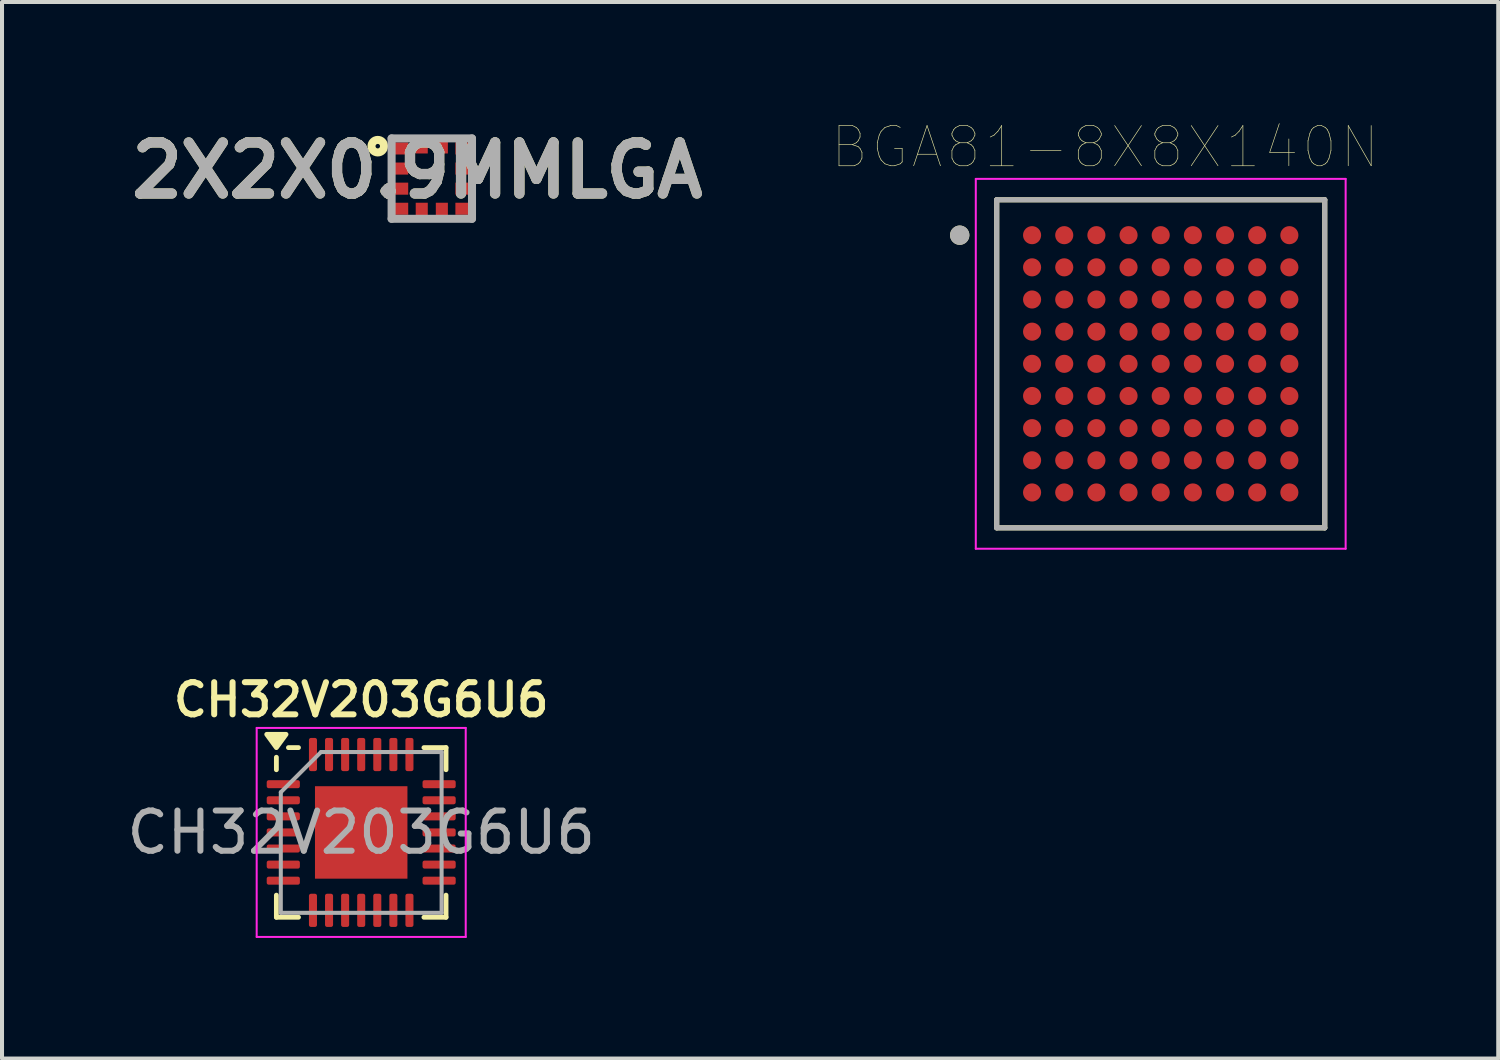
<source format=kicad_pcb>
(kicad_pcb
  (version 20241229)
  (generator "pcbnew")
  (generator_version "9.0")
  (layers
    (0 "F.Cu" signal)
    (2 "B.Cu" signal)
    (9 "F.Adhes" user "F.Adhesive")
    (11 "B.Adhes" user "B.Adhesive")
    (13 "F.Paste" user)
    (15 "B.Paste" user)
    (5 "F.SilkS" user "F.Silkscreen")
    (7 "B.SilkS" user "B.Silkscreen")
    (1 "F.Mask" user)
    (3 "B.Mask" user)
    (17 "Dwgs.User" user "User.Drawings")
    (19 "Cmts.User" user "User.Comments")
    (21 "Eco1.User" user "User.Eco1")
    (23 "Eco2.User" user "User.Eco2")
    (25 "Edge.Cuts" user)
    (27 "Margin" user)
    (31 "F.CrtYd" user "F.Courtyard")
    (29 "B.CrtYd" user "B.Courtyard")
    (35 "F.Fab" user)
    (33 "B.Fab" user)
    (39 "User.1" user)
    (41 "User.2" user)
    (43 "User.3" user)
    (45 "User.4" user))
  (footprint "2X2X0.9MMLGA"
    (layer "F.Cu")
    (at 7.691 1.393)
    (property "Reference" "2X2X0.9MMLGA" (at -0.361 -0.204 0) (layer "F.SilkS") (effects (font (size 1.27 1.27) (thickness 0.254))))
    (attr smd)
    (fp_circle (center -1.344 -0.807) (end -1.344 -0.751) (stroke (width 0.2) (type solid)) (fill no) (layer "F.SilkS"))
    (fp_line (start -1 -1) (end 1 -1) (stroke (width 0.2) (type solid)) (layer "F.Fab"))
    (fp_line (start -1 1) (end -1 -1) (stroke (width 0.2) (type solid)) (layer "F.Fab"))
    (fp_line (start 1 -1) (end 1 1) (stroke (width 0.2) (type solid)) (layer "F.Fab"))
    (fp_line (start 1 1) (end -1 1) (stroke (width 0.2) (type solid)) (layer "F.Fab"))
    (fp_text user "${REFERENCE}" (at -0.361 -0.204 0) (layer "F.Fab") (effects (font (size 1.27 1.27) (thickness 0.254))))
    (pad "1" smd rect (at -0.762 -0.75 90) (size 0.3 0.35) (layers "F.Cu" "F.Mask" "F.Paste"))
    (pad "2" smd rect (at -0.762 -0.25 90) (size 0.3 0.35) (layers "F.Cu" "F.Mask" "F.Paste"))
    (pad "3" smd rect (at -0.762 0.25 90) (size 0.3 0.35) (layers "F.Cu" "F.Mask" "F.Paste"))
    (pad "4" smd rect (at -0.762 0.75 90) (size 0.3 0.35) (layers "F.Cu" "F.Mask" "F.Paste"))
    (pad "5" smd rect (at -0.25 0.775) (size 0.3 0.35) (layers "F.Cu" "F.Mask" "F.Paste"))
    (pad "6" smd rect (at 0.25 0.775) (size 0.3 0.35) (layers "F.Cu" "F.Mask" "F.Paste"))
    (pad "7" smd rect (at 0.762 0.75 90) (size 0.3 0.35) (layers "F.Cu" "F.Mask" "F.Paste"))
    (pad "8" smd rect (at 0.762 0.25 90) (size 0.3 0.35) (layers "F.Cu" "F.Mask" "F.Paste"))
    (pad "9" smd rect (at 0.762 -0.25 90) (size 0.3 0.35) (layers "F.Cu" "F.Mask" "F.Paste"))
    (pad "10" smd rect (at 0.762 -0.75 90) (size 0.3 0.35) (layers "F.Cu" "F.Mask" "F.Paste"))
    (pad "11" smd rect (at 0.25 -0.8) (size 0.3 0.35) (layers "F.Cu" "F.Mask" "F.Paste"))
    (pad "12" smd rect (at -0.25 -0.8) (size 0.3 0.35) (layers "F.Cu" "F.Mask" "F.Paste")))
  (footprint "BGA81-8X8X140N"
    (layer "F.Cu")
    (at 25.823 6)
    (property "Reference" "BGA81-8X8X140N" (at -1.384 -5.389 0) (layer "F.SilkS") (effects (font (size 1 1) (thickness 0.015))))
    (attr through_hole)
    (fp_line (start -4.08 -4.08) (end -4.08 4.08) (stroke (width 0.127) (type solid)) (layer "F.SilkS"))
    (fp_line (start -4.08 4.08) (end 4.08 4.08) (stroke (width 0.127) (type solid)) (layer "F.SilkS"))
    (fp_line (start 4.08 -4.08) (end -4.08 -4.08) (stroke (width 0.127) (type solid)) (layer "F.SilkS"))
    (fp_line (start 4.08 4.08) (end 4.08 -4.08) (stroke (width 0.127) (type solid)) (layer "F.SilkS"))
    (fp_circle (center -5 -3.2) (end -4.88 -3.2) (stroke (width 0.24) (type solid)) (fill no) (layer "F.SilkS"))
    (fp_line (start -4.6 -4.6) (end 4.6 -4.6) (stroke (width 0.05) (type solid)) (layer "F.CrtYd"))
    (fp_line (start -4.6 4.6) (end -4.6 -4.6) (stroke (width 0.05) (type solid)) (layer "F.CrtYd"))
    (fp_line (start 4.6 -4.6) (end 4.6 4.6) (stroke (width 0.05) (type solid)) (layer "F.CrtYd"))
    (fp_line (start 4.6 4.6) (end -4.6 4.6) (stroke (width 0.05) (type solid)) (layer "F.CrtYd"))
    (fp_line (start -4.08 -4.08) (end -4.08 4.08) (stroke (width 0.127) (type solid)) (layer "F.Fab"))
    (fp_line (start -4.08 4.08) (end 4.08 4.08) (stroke (width 0.127) (type solid)) (layer "F.Fab"))
    (fp_line (start 4.08 -4.08) (end -4.08 -4.08) (stroke (width 0.127) (type solid)) (layer "F.Fab"))
    (fp_line (start 4.08 4.08) (end 4.08 -4.08) (stroke (width 0.127) (type solid)) (layer "F.Fab"))
    (fp_circle (center -5 -3.2) (end -4.88 -3.2) (stroke (width 0.24) (type solid)) (fill no) (layer "F.Fab"))
    (pad "A1" smd circle (at -3.2 -3.2) (size 0.45 0.45) (layers "F.Cu" "F.Mask" "F.Paste"))
    (pad "A2" smd circle (at -2.4 -3.2) (size 0.45 0.45) (layers "F.Cu" "F.Mask" "F.Paste"))
    (pad "A3" smd circle (at -1.6 -3.2) (size 0.45 0.45) (layers "F.Cu" "F.Mask" "F.Paste"))
    (pad "A4" smd circle (at -0.8 -3.2) (size 0.45 0.45) (layers "F.Cu" "F.Mask" "F.Paste"))
    (pad "A5" smd circle (at 0 -3.2) (size 0.45 0.45) (layers "F.Cu" "F.Mask" "F.Paste"))
    (pad "A6" smd circle (at 0.8 -3.2) (size 0.45 0.45) (layers "F.Cu" "F.Mask" "F.Paste"))
    (pad "A7" smd circle (at 1.6 -3.2) (size 0.45 0.45) (layers "F.Cu" "F.Mask" "F.Paste"))
    (pad "A8" smd circle (at 2.4 -3.2) (size 0.45 0.45) (layers "F.Cu" "F.Mask" "F.Paste"))
    (pad "A9" smd circle (at 3.2 -3.2) (size 0.45 0.45) (layers "F.Cu" "F.Mask" "F.Paste"))
    (pad "B1" smd circle (at -3.2 -2.4) (size 0.45 0.45) (layers "F.Cu" "F.Mask" "F.Paste"))
    (pad "B2" smd circle (at -2.4 -2.4) (size 0.45 0.45) (layers "F.Cu" "F.Mask" "F.Paste"))
    (pad "B3" smd circle (at -1.6 -2.4) (size 0.45 0.45) (layers "F.Cu" "F.Mask" "F.Paste"))
    (pad "B4" smd circle (at -0.8 -2.4) (size 0.45 0.45) (layers "F.Cu" "F.Mask" "F.Paste"))
    (pad "B5" smd circle (at 0 -2.4) (size 0.45 0.45) (layers "F.Cu" "F.Mask" "F.Paste"))
    (pad "B6" smd circle (at 0.8 -2.4) (size 0.45 0.45) (layers "F.Cu" "F.Mask" "F.Paste"))
    (pad "B7" smd circle (at 1.6 -2.4) (size 0.45 0.45) (layers "F.Cu" "F.Mask" "F.Paste"))
    (pad "B8" smd circle (at 2.4 -2.4) (size 0.45 0.45) (layers "F.Cu" "F.Mask" "F.Paste"))
    (pad "B9" smd circle (at 3.2 -2.4) (size 0.45 0.45) (layers "F.Cu" "F.Mask" "F.Paste"))
    (pad "C1" smd circle (at -3.2 -1.6) (size 0.45 0.45) (layers "F.Cu" "F.Mask" "F.Paste"))
    (pad "C2" smd circle (at -2.4 -1.6) (size 0.45 0.45) (layers "F.Cu" "F.Mask" "F.Paste"))
    (pad "C3" smd circle (at -1.6 -1.6) (size 0.45 0.45) (layers "F.Cu" "F.Mask" "F.Paste"))
    (pad "C4" smd circle (at -0.8 -1.6) (size 0.45 0.45) (layers "F.Cu" "F.Mask" "F.Paste"))
    (pad "C5" smd circle (at 0 -1.6) (size 0.45 0.45) (layers "F.Cu" "F.Mask" "F.Paste"))
    (pad "C6" smd circle (at 0.8 -1.6) (size 0.45 0.45) (layers "F.Cu" "F.Mask" "F.Paste"))
    (pad "C7" smd circle (at 1.6 -1.6) (size 0.45 0.45) (layers "F.Cu" "F.Mask" "F.Paste"))
    (pad "C8" smd circle (at 2.4 -1.6) (size 0.45 0.45) (layers "F.Cu" "F.Mask" "F.Paste"))
    (pad "C9" smd circle (at 3.2 -1.6) (size 0.45 0.45) (layers "F.Cu" "F.Mask" "F.Paste"))
    (pad "D1" smd circle (at -3.2 -0.8) (size 0.45 0.45) (layers "F.Cu" "F.Mask" "F.Paste"))
    (pad "D2" smd circle (at -2.4 -0.8) (size 0.45 0.45) (layers "F.Cu" "F.Mask" "F.Paste"))
    (pad "D3" smd circle (at -1.6 -0.8) (size 0.45 0.45) (layers "F.Cu" "F.Mask" "F.Paste"))
    (pad "D4" smd circle (at -0.8 -0.8) (size 0.45 0.45) (layers "F.Cu" "F.Mask" "F.Paste"))
    (pad "D5" smd circle (at 0 -0.8) (size 0.45 0.45) (layers "F.Cu" "F.Mask" "F.Paste"))
    (pad "D6" smd circle (at 0.8 -0.8) (size 0.45 0.45) (layers "F.Cu" "F.Mask" "F.Paste"))
    (pad "D7" smd circle (at 1.6 -0.8) (size 0.45 0.45) (layers "F.Cu" "F.Mask" "F.Paste"))
    (pad "D8" smd circle (at 2.4 -0.8) (size 0.45 0.45) (layers "F.Cu" "F.Mask" "F.Paste"))
    (pad "D9" smd circle (at 3.2 -0.8) (size 0.45 0.45) (layers "F.Cu" "F.Mask" "F.Paste"))
    (pad "E1" smd circle (at -3.2 0) (size 0.45 0.45) (layers "F.Cu" "F.Mask" "F.Paste"))
    (pad "E2" smd circle (at -2.4 0) (size 0.45 0.45) (layers "F.Cu" "F.Mask" "F.Paste"))
    (pad "E3" smd circle (at -1.6 0) (size 0.45 0.45) (layers "F.Cu" "F.Mask" "F.Paste"))
    (pad "E4" smd circle (at -0.8 0) (size 0.45 0.45) (layers "F.Cu" "F.Mask" "F.Paste"))
    (pad "E5" smd circle (at 0 0) (size 0.45 0.45) (layers "F.Cu" "F.Mask" "F.Paste"))
    (pad "E6" smd circle (at 0.8 0) (size 0.45 0.45) (layers "F.Cu" "F.Mask" "F.Paste"))
    (pad "E7" smd circle (at 1.6 0) (size 0.45 0.45) (layers "F.Cu" "F.Mask" "F.Paste"))
    (pad "E8" smd circle (at 2.4 0) (size 0.45 0.45) (layers "F.Cu" "F.Mask" "F.Paste"))
    (pad "E9" smd circle (at 3.2 0) (size 0.45 0.45) (layers "F.Cu" "F.Mask" "F.Paste"))
    (pad "F1" smd circle (at -3.2 0.8) (size 0.45 0.45) (layers "F.Cu" "F.Mask" "F.Paste"))
    (pad "F2" smd circle (at -2.4 0.8) (size 0.45 0.45) (layers "F.Cu" "F.Mask" "F.Paste"))
    (pad "F3" smd circle (at -1.6 0.8) (size 0.45 0.45) (layers "F.Cu" "F.Mask" "F.Paste"))
    (pad "F4" smd circle (at -0.8 0.8) (size 0.45 0.45) (layers "F.Cu" "F.Mask" "F.Paste"))
    (pad "F5" smd circle (at 0 0.8) (size 0.45 0.45) (layers "F.Cu" "F.Mask" "F.Paste"))
    (pad "F6" smd circle (at 0.8 0.8) (size 0.45 0.45) (layers "F.Cu" "F.Mask" "F.Paste"))
    (pad "F7" smd circle (at 1.6 0.8) (size 0.45 0.45) (layers "F.Cu" "F.Mask" "F.Paste"))
    (pad "F8" smd circle (at 2.4 0.8) (size 0.45 0.45) (layers "F.Cu" "F.Mask" "F.Paste"))
    (pad "F9" smd circle (at 3.2 0.8) (size 0.45 0.45) (layers "F.Cu" "F.Mask" "F.Paste"))
    (pad "G1" smd circle (at -3.2 1.6) (size 0.45 0.45) (layers "F.Cu" "F.Mask" "F.Paste"))
    (pad "G2" smd circle (at -2.4 1.6) (size 0.45 0.45) (layers "F.Cu" "F.Mask" "F.Paste"))
    (pad "G3" smd circle (at -1.6 1.6) (size 0.45 0.45) (layers "F.Cu" "F.Mask" "F.Paste"))
    (pad "G4" smd circle (at -0.8 1.6) (size 0.45 0.45) (layers "F.Cu" "F.Mask" "F.Paste"))
    (pad "G5" smd circle (at 0 1.6) (size 0.45 0.45) (layers "F.Cu" "F.Mask" "F.Paste"))
    (pad "G6" smd circle (at 0.8 1.6) (size 0.45 0.45) (layers "F.Cu" "F.Mask" "F.Paste"))
    (pad "G7" smd circle (at 1.6 1.6) (size 0.45 0.45) (layers "F.Cu" "F.Mask" "F.Paste"))
    (pad "G8" smd circle (at 2.4 1.6) (size 0.45 0.45) (layers "F.Cu" "F.Mask" "F.Paste"))
    (pad "G9" smd circle (at 3.2 1.6) (size 0.45 0.45) (layers "F.Cu" "F.Mask" "F.Paste"))
    (pad "H1" smd circle (at -3.2 2.4) (size 0.45 0.45) (layers "F.Cu" "F.Mask" "F.Paste"))
    (pad "H2" smd circle (at -2.4 2.4) (size 0.45 0.45) (layers "F.Cu" "F.Mask" "F.Paste"))
    (pad "H3" smd circle (at -1.6 2.4) (size 0.45 0.45) (layers "F.Cu" "F.Mask" "F.Paste"))
    (pad "H4" smd circle (at -0.8 2.4) (size 0.45 0.45) (layers "F.Cu" "F.Mask" "F.Paste"))
    (pad "H5" smd circle (at 0 2.4) (size 0.45 0.45) (layers "F.Cu" "F.Mask" "F.Paste"))
    (pad "H6" smd circle (at 0.8 2.4) (size 0.45 0.45) (layers "F.Cu" "F.Mask" "F.Paste"))
    (pad "H7" smd circle (at 1.6 2.4) (size 0.45 0.45) (layers "F.Cu" "F.Mask" "F.Paste"))
    (pad "H8" smd circle (at 2.4 2.4) (size 0.45 0.45) (layers "F.Cu" "F.Mask" "F.Paste"))
    (pad "H9" smd circle (at 3.2 2.4) (size 0.45 0.45) (layers "F.Cu" "F.Mask" "F.Paste"))
    (pad "J1" smd circle (at -3.2 3.2) (size 0.45 0.45) (layers "F.Cu" "F.Mask" "F.Paste"))
    (pad "J2" smd circle (at -2.4 3.2) (size 0.45 0.45) (layers "F.Cu" "F.Mask" "F.Paste"))
    (pad "J3" smd circle (at -1.6 3.2) (size 0.45 0.45) (layers "F.Cu" "F.Mask" "F.Paste"))
    (pad "J4" smd circle (at -0.8 3.2) (size 0.45 0.45) (layers "F.Cu" "F.Mask" "F.Paste"))
    (pad "J5" smd circle (at 0 3.2) (size 0.45 0.45) (layers "F.Cu" "F.Mask" "F.Paste"))
    (pad "J6" smd circle (at 0.8 3.2) (size 0.45 0.45) (layers "F.Cu" "F.Mask" "F.Paste"))
    (pad "J7" smd circle (at 1.6 3.2) (size 0.45 0.45) (layers "F.Cu" "F.Mask" "F.Paste"))
    (pad "J8" smd circle (at 2.4 3.2) (size 0.45 0.45) (layers "F.Cu" "F.Mask" "F.Paste"))
    (pad "J9" smd circle (at 3.2 3.2) (size 0.45 0.45) (layers "F.Cu" "F.Mask" "F.Paste")))
  (footprint "CH32V203G6U6"
    (layer "F.Cu")
    (at 5.935 17.657)
    (property "Reference" "CH32V203G6U6" (at 0 -3.3 0) (layer "F.SilkS") (effects (font (size 0.8 0.8) (thickness 0.15))))
    (attr smd)
    (fp_line (start -2.11 -1.56) (end -2.11 -1.87) (stroke (width 0.12) (type solid)) (layer "F.SilkS"))
    (fp_line (start -2.11 2.11) (end -2.11 1.56) (stroke (width 0.12) (type solid)) (layer "F.SilkS"))
    (fp_line (start -1.56 -2.11) (end -1.81 -2.11) (stroke (width 0.12) (type solid)) (layer "F.SilkS"))
    (fp_line (start -1.56 2.11) (end -2.11 2.11) (stroke (width 0.12) (type solid)) (layer "F.SilkS"))
    (fp_line (start 1.56 -2.11) (end 2.11 -2.11) (stroke (width 0.12) (type solid)) (layer "F.SilkS"))
    (fp_line (start 1.56 2.11) (end 2.11 2.11) (stroke (width 0.12) (type solid)) (layer "F.SilkS"))
    (fp_line (start 2.11 -2.11) (end 2.11 -1.56) (stroke (width 0.12) (type solid)) (layer "F.SilkS"))
    (fp_line (start 2.11 2.11) (end 2.11 1.56) (stroke (width 0.12) (type solid)) (layer "F.SilkS"))
    (fp_poly (pts (xy -2.11 -2.11) (xy -2.35 -2.44) (xy -1.87 -2.44) (xy -2.11 -2.11)) (stroke (width 0.12) (type solid)) (fill yes) (layer "F.SilkS"))
    (fp_line (start -2.6 -2.6) (end -2.6 2.6) (stroke (width 0.05) (type solid)) (layer "F.CrtYd"))
    (fp_line (start -2.6 2.6) (end 2.6 2.6) (stroke (width 0.05) (type solid)) (layer "F.CrtYd"))
    (fp_line (start 2.6 -2.6) (end -2.6 -2.6) (stroke (width 0.05) (type solid)) (layer "F.CrtYd"))
    (fp_line (start 2.6 2.6) (end 2.6 -2.6) (stroke (width 0.05) (type solid)) (layer "F.CrtYd"))
    (fp_line (start -2 -1) (end -1 -2) (stroke (width 0.1) (type solid)) (layer "F.Fab"))
    (fp_line (start -2 2) (end -2 -1) (stroke (width 0.1) (type solid)) (layer "F.Fab"))
    (fp_line (start -1 -2) (end 2 -2) (stroke (width 0.1) (type solid)) (layer "F.Fab"))
    (fp_line (start 2 -2) (end 2 2) (stroke (width 0.1) (type solid)) (layer "F.Fab"))
    (fp_line (start 2 2) (end -2 2) (stroke (width 0.1) (type solid)) (layer "F.Fab"))
    (fp_text user "${REFERENCE}" (at 0 0 0) (layer "F.Fab") (effects (font (size 1 1) (thickness 0.15))))
    (pad "" smd roundrect (at -0.575 -0.575) (size 0.93 0.93) (layers "F.Paste") (roundrect_rratio 0.25))
    (pad "" smd roundrect (at -0.575 0.575) (size 0.93 0.93) (layers "F.Paste") (roundrect_rratio 0.25))
    (pad "" smd roundrect (at 0.575 -0.575) (size 0.93 0.93) (layers "F.Paste") (roundrect_rratio 0.25))
    (pad "" smd roundrect (at 0.575 0.575) (size 0.93 0.93) (layers "F.Paste") (roundrect_rratio 0.25))
    (pad "1" smd roundrect (at -1.938 -1.2) (size 0.825 0.2) (layers "F.Cu" "F.Mask" "F.Paste") (roundrect_rratio 0.25))
    (pad "2" smd roundrect (at -1.938 -0.8) (size 0.825 0.2) (layers "F.Cu" "F.Mask" "F.Paste") (roundrect_rratio 0.25))
    (pad "3" smd roundrect (at -1.938 -0.4) (size 0.825 0.2) (layers "F.Cu" "F.Mask" "F.Paste") (roundrect_rratio 0.25))
    (pad "4" smd roundrect (at -1.938 0) (size 0.825 0.2) (layers "F.Cu" "F.Mask" "F.Paste") (roundrect_rratio 0.25))
    (pad "5" smd roundrect (at -1.938 0.4) (size 0.825 0.2) (layers "F.Cu" "F.Mask" "F.Paste") (roundrect_rratio 0.25))
    (pad "6" smd roundrect (at -1.938 0.8) (size 0.825 0.2) (layers "F.Cu" "F.Mask" "F.Paste") (roundrect_rratio 0.25))
    (pad "7" smd roundrect (at -1.938 1.2) (size 0.825 0.2) (layers "F.Cu" "F.Mask" "F.Paste") (roundrect_rratio 0.25))
    (pad "8" smd roundrect (at -1.2 1.938) (size 0.2 0.825) (layers "F.Cu" "F.Mask" "F.Paste") (roundrect_rratio 0.25))
    (pad "9" smd roundrect (at -0.8 1.938) (size 0.2 0.825) (layers "F.Cu" "F.Mask" "F.Paste") (roundrect_rratio 0.25))
    (pad "10" smd roundrect (at -0.4 1.938) (size 0.2 0.825) (layers "F.Cu" "F.Mask" "F.Paste") (roundrect_rratio 0.25))
    (pad "11" smd roundrect (at 0 1.938) (size 0.2 0.825) (layers "F.Cu" "F.Mask" "F.Paste") (roundrect_rratio 0.25))
    (pad "12" smd roundrect (at 0.4 1.938) (size 0.2 0.825) (layers "F.Cu" "F.Mask" "F.Paste") (roundrect_rratio 0.25))
    (pad "13" smd roundrect (at 0.8 1.938) (size 0.2 0.825) (layers "F.Cu" "F.Mask" "F.Paste") (roundrect_rratio 0.25))
    (pad "14" smd roundrect (at 1.2 1.938) (size 0.2 0.825) (layers "F.Cu" "F.Mask" "F.Paste") (roundrect_rratio 0.25))
    (pad "15" smd roundrect (at 1.938 1.2) (size 0.825 0.2) (layers "F.Cu" "F.Mask" "F.Paste") (roundrect_rratio 0.25))
    (pad "16" smd roundrect (at 1.938 0.8) (size 0.825 0.2) (layers "F.Cu" "F.Mask" "F.Paste") (roundrect_rratio 0.25))
    (pad "17" smd roundrect (at 1.938 0.4) (size 0.825 0.2) (layers "F.Cu" "F.Mask" "F.Paste") (roundrect_rratio 0.25))
    (pad "18" smd roundrect (at 1.938 0) (size 0.825 0.2) (layers "F.Cu" "F.Mask" "F.Paste") (roundrect_rratio 0.25))
    (pad "19" smd roundrect (at 1.938 -0.4) (size 0.825 0.2) (layers "F.Cu" "F.Mask" "F.Paste") (roundrect_rratio 0.25))
    (pad "20" smd roundrect (at 1.938 -0.8) (size 0.825 0.2) (layers "F.Cu" "F.Mask" "F.Paste") (roundrect_rratio 0.25))
    (pad "21" smd roundrect (at 1.938 -1.2) (size 0.825 0.2) (layers "F.Cu" "F.Mask" "F.Paste") (roundrect_rratio 0.25))
    (pad "22" smd roundrect (at 1.2 -1.938) (size 0.2 0.825) (layers "F.Cu" "F.Mask" "F.Paste") (roundrect_rratio 0.25))
    (pad "23" smd roundrect (at 0.8 -1.938) (size 0.2 0.825) (layers "F.Cu" "F.Mask" "F.Paste") (roundrect_rratio 0.25))
    (pad "24" smd roundrect (at 0.4 -1.938) (size 0.2 0.825) (layers "F.Cu" "F.Mask" "F.Paste") (roundrect_rratio 0.25))
    (pad "25" smd roundrect (at 0 -1.938) (size 0.2 0.825) (layers "F.Cu" "F.Mask" "F.Paste") (roundrect_rratio 0.25))
    (pad "26" smd roundrect (at -0.4 -1.938) (size 0.2 0.825) (layers "F.Cu" "F.Mask" "F.Paste") (roundrect_rratio 0.25))
    (pad "27" smd roundrect (at -0.8 -1.938) (size 0.2 0.825) (layers "F.Cu" "F.Mask" "F.Paste") (roundrect_rratio 0.25))
    (pad "28" smd roundrect (at -1.2 -1.938) (size 0.2 0.825) (layers "F.Cu" "F.Mask" "F.Paste") (roundrect_rratio 0.25))
    (pad "29" smd rect (at 0 0) (size 2.3 2.3) (property pad_prop_heatsink) (layers "F.Cu" "F.Mask")))
  (gr_rect
    (start -3 -3)
    (end 34.219 23.282)
    (stroke (width 0.1) (type default))
    (fill no)
    (layer "Edge.Cuts")))
</source>
